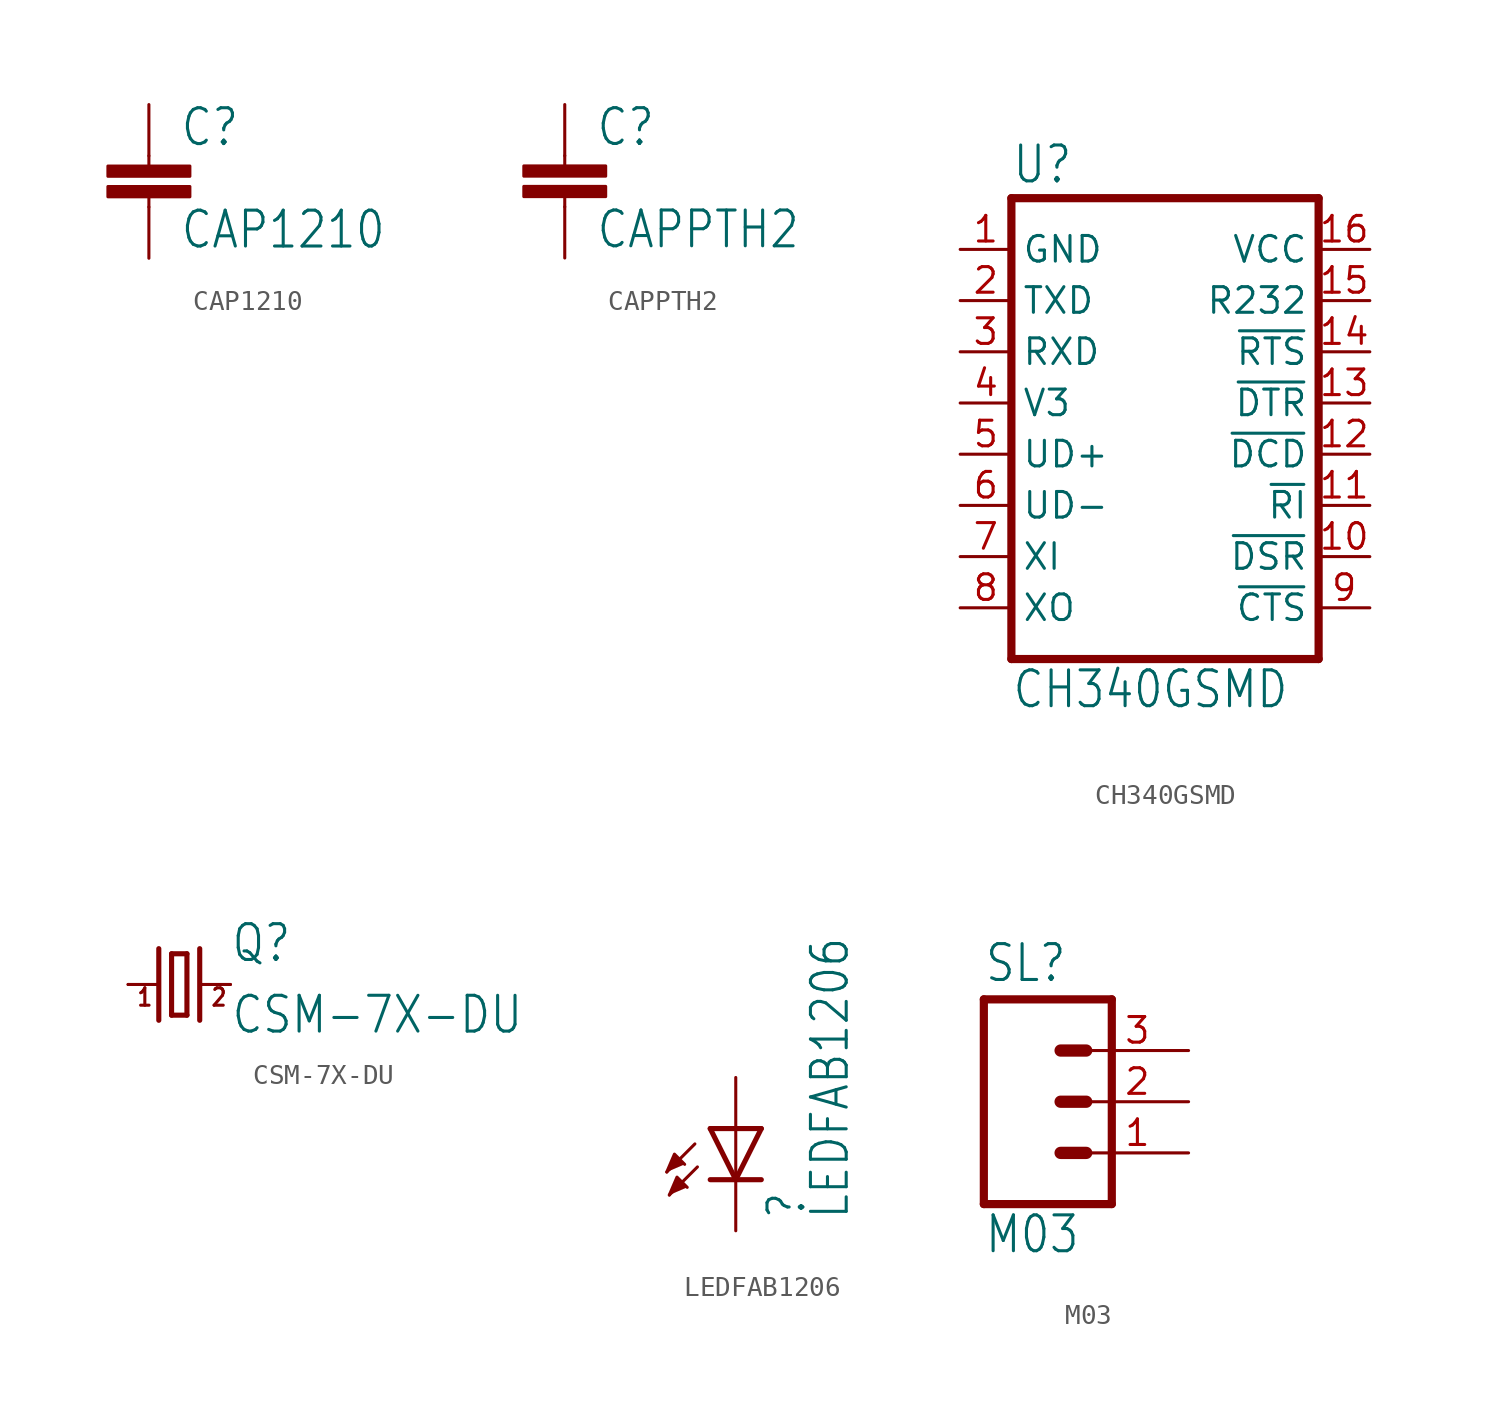
<source format=kicad_sym>
(kicad_symbol_lib
  (version 20211014)
  (generator kicad_symbol_editor)
  (symbol "CAP1210"
    (property "Reference" "C"
      (at 1.524 2.921 0)
      (effects (font (size 1.778 1.511)) (justify left bottom)))
    (property "Value" "CAP1210"
      (at 1.524 -2.159 0)
      (effects (font (size 1.778 1.511)) (justify left bottom)))
    (property "ki_locked" ""
      (at 0 0 0)
      (effects (font (size 1.27 1.27))))
    (symbol "CAP1210_1_0"
      (rectangle (start -2.032 0.508) (end 2.032 1.016) (stroke (width 0) (type default) (color 0 0 0 0)) (fill (type outline)))
      (rectangle (start -2.032 1.524) (end 2.032 2.032) (stroke (width 0) (type default) (color 0 0 0 0)) (fill (type outline)))
      (polyline (pts (xy 0 0) (xy 0 0.508)) (stroke (width 0.152) (type default) (color 0 0 0 0)) (fill (type none)))
      (polyline (pts (xy 0 2.54) (xy 0 2.032)) (stroke (width 0.152) (type default) (color 0 0 0 0)) (fill (type none)))
      (pin passive line (at 0 5.08 270) (length 2.54) (name "1" (effects (font (size 0 0)))) (number "1" (effects (font (size 0 0)))))
      (pin passive line (at 0 -2.54 90) (length 2.54) (name "2" (effects (font (size 0 0)))) (number "2" (effects (font (size 0 0)))))))
  (symbol "CAPPTH2"
    (property "Reference" "C"
      (at 1.524 2.921 0)
      (effects (font (size 1.778 1.511)) (justify left bottom)))
    (property "Value" "CAPPTH2"
      (at 1.524 -2.159 0)
      (effects (font (size 1.778 1.511)) (justify left bottom)))
    (property "ki_locked" ""
      (at 0 0 0)
      (effects (font (size 1.27 1.27))))
    (symbol "CAPPTH2_1_0"
      (rectangle (start -2.032 0.508) (end 2.032 1.016) (stroke (width 0) (type default) (color 0 0 0 0)) (fill (type outline)))
      (rectangle (start -2.032 1.524) (end 2.032 2.032) (stroke (width 0) (type default) (color 0 0 0 0)) (fill (type outline)))
      (polyline (pts (xy 0 0) (xy 0 0.508)) (stroke (width 0.152) (type default) (color 0 0 0 0)) (fill (type none)))
      (polyline (pts (xy 0 2.54) (xy 0 2.032)) (stroke (width 0.152) (type default) (color 0 0 0 0)) (fill (type none)))
      (pin passive line (at 0 5.08 270) (length 2.54) (name "1" (effects (font (size 0 0)))) (number "1" (effects (font (size 0 0)))))
      (pin passive line (at 0 -2.54 90) (length 2.54) (name "2" (effects (font (size 0 0)))) (number "2" (effects (font (size 0 0)))))))
  (symbol "CH340GSMD"
    (property "Reference" "U"
      (at -7.62 10.795 0)
      (effects (font (size 1.778 1.511)) (justify left bottom)))
    (property "Value" "CH340GSMD"
      (at -7.62 -15.24 0)
      (effects (font (size 1.778 1.511)) (justify left bottom)))
    (property "ki_locked" ""
      (at 0 0 0)
      (effects (font (size 1.27 1.27))))
    (symbol "CH340GSMD_1_0"
      (polyline (pts (xy -7.62 -12.7) (xy 7.62 -12.7)) (stroke (width 0.406) (type default) (color 0 0 0 0)) (fill (type none)))
      (polyline (pts (xy -7.62 10.16) (xy -7.62 -12.7)) (stroke (width 0.406) (type default) (color 0 0 0 0)) (fill (type none)))
      (polyline (pts (xy 7.62 -12.7) (xy 7.62 10.16)) (stroke (width 0.406) (type default) (color 0 0 0 0)) (fill (type none)))
      (polyline (pts (xy 7.62 10.16) (xy -7.62 10.16)) (stroke (width 0.406) (type default) (color 0 0 0 0)) (fill (type none)))
      (pin bidirectional line (at -10.16 7.62 0) (length 2.54) (name "GND" (effects (font (size 1.27 1.27)))) (number "1" (effects (font (size 1.27 1.27)))))
      (pin bidirectional line (at 10.16 -7.62 180) (length 2.54) (name "~{DSR}" (effects (font (size 1.27 1.27)))) (number "10" (effects (font (size 1.27 1.27)))))
      (pin bidirectional line (at 10.16 -5.08 180) (length 2.54) (name "~{RI}" (effects (font (size 1.27 1.27)))) (number "11" (effects (font (size 1.27 1.27)))))
      (pin bidirectional line (at 10.16 -2.54 180) (length 2.54) (name "~{DCD}" (effects (font (size 1.27 1.27)))) (number "12" (effects (font (size 1.27 1.27)))))
      (pin bidirectional line (at 10.16 0 180) (length 2.54) (name "~{DTR}" (effects (font (size 1.27 1.27)))) (number "13" (effects (font (size 1.27 1.27)))))
      (pin bidirectional line (at 10.16 2.54 180) (length 2.54) (name "~{RTS}" (effects (font (size 1.27 1.27)))) (number "14" (effects (font (size 1.27 1.27)))))
      (pin bidirectional line (at 10.16 5.08 180) (length 2.54) (name "R232" (effects (font (size 1.27 1.27)))) (number "15" (effects (font (size 1.27 1.27)))))
      (pin bidirectional line (at 10.16 7.62 180) (length 2.54) (name "VCC" (effects (font (size 1.27 1.27)))) (number "16" (effects (font (size 1.27 1.27)))))
      (pin bidirectional line (at -10.16 5.08 0) (length 2.54) (name "TXD" (effects (font (size 1.27 1.27)))) (number "2" (effects (font (size 1.27 1.27)))))
      (pin bidirectional line (at -10.16 2.54 0) (length 2.54) (name "RXD" (effects (font (size 1.27 1.27)))) (number "3" (effects (font (size 1.27 1.27)))))
      (pin bidirectional line (at -10.16 0 0) (length 2.54) (name "V3" (effects (font (size 1.27 1.27)))) (number "4" (effects (font (size 1.27 1.27)))))
      (pin bidirectional line (at -10.16 -2.54 0) (length 2.54) (name "UD+" (effects (font (size 1.27 1.27)))) (number "5" (effects (font (size 1.27 1.27)))))
      (pin bidirectional line (at -10.16 -5.08 0) (length 2.54) (name "UD-" (effects (font (size 1.27 1.27)))) (number "6" (effects (font (size 1.27 1.27)))))
      (pin bidirectional line (at -10.16 -7.62 0) (length 2.54) (name "XI" (effects (font (size 1.27 1.27)))) (number "7" (effects (font (size 1.27 1.27)))))
      (pin bidirectional line (at -10.16 -10.16 0) (length 2.54) (name "XO" (effects (font (size 1.27 1.27)))) (number "8" (effects (font (size 1.27 1.27)))))
      (pin bidirectional line (at 10.16 -10.16 180) (length 2.54) (name "~{CTS}" (effects (font (size 1.27 1.27)))) (number "9" (effects (font (size 1.27 1.27)))))))
  (symbol "CSM-7X-DU"
    (property "Reference" "Q"
      (at 2.54 1.016 0)
      (effects (font (size 1.778 1.511)) (justify left bottom)))
    (property "Value" "CSM-7X-DU"
      (at 2.54 -2.54 0)
      (effects (font (size 1.778 1.511)) (justify left bottom)))
    (property "ki_locked" ""
      (at 0 0 0)
      (effects (font (size 1.27 1.27))))
    (symbol "CSM-7X-DU_1_0"
      (polyline (pts (xy -2.54 0) (xy -1.016 0)) (stroke (width 0.152) (type default) (color 0 0 0 0)) (fill (type none)))
      (polyline (pts (xy -1.016 1.778) (xy -1.016 -1.778)) (stroke (width 0.254) (type default) (color 0 0 0 0)) (fill (type none)))
      (polyline (pts (xy -0.381 -1.524) (xy 0.381 -1.524)) (stroke (width 0.254) (type default) (color 0 0 0 0)) (fill (type none)))
      (polyline (pts (xy -0.381 1.524) (xy -0.381 -1.524)) (stroke (width 0.254) (type default) (color 0 0 0 0)) (fill (type none)))
      (polyline (pts (xy 0.381 -1.524) (xy 0.381 1.524)) (stroke (width 0.254) (type default) (color 0 0 0 0)) (fill (type none)))
      (polyline (pts (xy 0.381 1.524) (xy -0.381 1.524)) (stroke (width 0.254) (type default) (color 0 0 0 0)) (fill (type none)))
      (polyline (pts (xy 1.016 0) (xy 2.54 0)) (stroke (width 0.152) (type default) (color 0 0 0 0)) (fill (type none)))
      (polyline (pts (xy 1.016 1.778) (xy 1.016 -1.778)) (stroke (width 0.254) (type default) (color 0 0 0 0)) (fill (type none)))
      (text "1" (at -2.159 -1.143 0) (effects (font (size 0.864 0.734)) (justify left bottom)))
      (text "2" (at 1.524 -1.143 0) (effects (font (size 0.864 0.734)) (justify left bottom)))
      (pin passive line (at -2.54 0 0) (length 0) (name "1" (effects (font (size 0 0)))) (number "1" (effects (font (size 0 0)))))
      (pin passive line (at 2.54 0 180) (length 0) (name "2" (effects (font (size 0 0)))) (number "2" (effects (font (size 0 0)))))))
  (symbol "LEDFAB1206"
    (property "Reference" ""
      (at 3.556 -2.032 90)
      (effects (font (size 1.778 1.511)) (justify left bottom)))
    (property "Value" "LEDFAB1206"
      (at 5.715 -2.032 90)
      (effects (font (size 1.778 1.511)) (justify left bottom)))
    (property "ki_locked" ""
      (at 0 0 0)
      (effects (font (size 1.27 1.27))))
    (symbol "LEDFAB1206_1_0"
      (polyline (pts (xy -2.032 1.778) (xy -3.429 0.381)) (stroke (width 0.152) (type default) (color 0 0 0 0)) (fill (type none)))
      (polyline (pts (xy -1.905 0.635) (xy -3.302 -0.762)) (stroke (width 0.152) (type default) (color 0 0 0 0)) (fill (type none)))
      (polyline (pts (xy 0 0) (xy -1.27 0)) (stroke (width 0.254) (type default) (color 0 0 0 0)) (fill (type none)))
      (polyline (pts (xy 0 0) (xy -1.27 2.54)) (stroke (width 0.254) (type default) (color 0 0 0 0)) (fill (type none)))
      (polyline (pts (xy 0 2.54) (xy -1.27 2.54)) (stroke (width 0.254) (type default) (color 0 0 0 0)) (fill (type none)))
      (polyline (pts (xy 0 2.54) (xy 0 0)) (stroke (width 0.152) (type default) (color 0 0 0 0)) (fill (type none)))
      (polyline (pts (xy 1.27 0) (xy 0 0)) (stroke (width 0.254) (type default) (color 0 0 0 0)) (fill (type none)))
      (polyline (pts (xy 1.27 2.54) (xy 0 0)) (stroke (width 0.254) (type default) (color 0 0 0 0)) (fill (type none)))
      (polyline (pts (xy 1.27 2.54) (xy 0 2.54)) (stroke (width 0.254) (type default) (color 0 0 0 0)) (fill (type none)))
      (polyline (pts (xy -3.429 0.381) (xy -3.048 1.27) (xy -2.54 0.762)) (stroke (width 0) (type default) (color 0 0 0 0)) (fill (type outline)))
      (polyline (pts (xy -3.302 -0.762) (xy -2.921 0.127) (xy -2.413 -0.381)) (stroke (width 0) (type default) (color 0 0 0 0)) (fill (type outline)))
      (pin passive line (at 0 5.08 270) (length 2.54) (name "A" (effects (font (size 0 0)))) (number "1" (effects (font (size 0 0)))))
      (pin passive line (at 0 -2.54 90) (length 2.54) (name "C" (effects (font (size 0 0)))) (number "2" (effects (font (size 0 0)))))))
  (symbol "M03"
    (property "Reference" "SL"
      (at -2.54 5.842 0)
      (effects (font (size 1.778 1.511)) (justify left bottom)))
    (property "Value" "M03"
      (at -2.54 -7.62 0)
      (effects (font (size 1.778 1.511)) (justify left bottom)))
    (property "ki_locked" ""
      (at 0 0 0)
      (effects (font (size 1.27 1.27))))
    (symbol "M03_1_0"
      (polyline (pts (xy -2.54 5.08) (xy -2.54 -5.08)) (stroke (width 0.406) (type default) (color 0 0 0 0)) (fill (type none)))
      (polyline (pts (xy -2.54 5.08) (xy 3.81 5.08)) (stroke (width 0.406) (type default) (color 0 0 0 0)) (fill (type none)))
      (polyline (pts (xy 1.27 -2.54) (xy 2.54 -2.54)) (stroke (width 0.61) (type default) (color 0 0 0 0)) (fill (type none)))
      (polyline (pts (xy 1.27 0) (xy 2.54 0)) (stroke (width 0.61) (type default) (color 0 0 0 0)) (fill (type none)))
      (polyline (pts (xy 1.27 2.54) (xy 2.54 2.54)) (stroke (width 0.61) (type default) (color 0 0 0 0)) (fill (type none)))
      (polyline (pts (xy 3.81 -5.08) (xy -2.54 -5.08)) (stroke (width 0.406) (type default) (color 0 0 0 0)) (fill (type none)))
      (polyline (pts (xy 3.81 -5.08) (xy 3.81 5.08)) (stroke (width 0.406) (type default) (color 0 0 0 0)) (fill (type none)))
      (pin passive line (at 7.62 -2.54 180) (length 5.08) (name "1" (effects (font (size 0 0)))) (number "1" (effects (font (size 1.27 1.27)))))
      (pin passive line (at 7.62 0 180) (length 5.08) (name "2" (effects (font (size 0 0)))) (number "2" (effects (font (size 1.27 1.27)))))
      (pin passive line (at 7.62 2.54 180) (length 5.08) (name "3" (effects (font (size 0 0)))) (number "3" (effects (font (size 1.27 1.27))))))))
</source>
